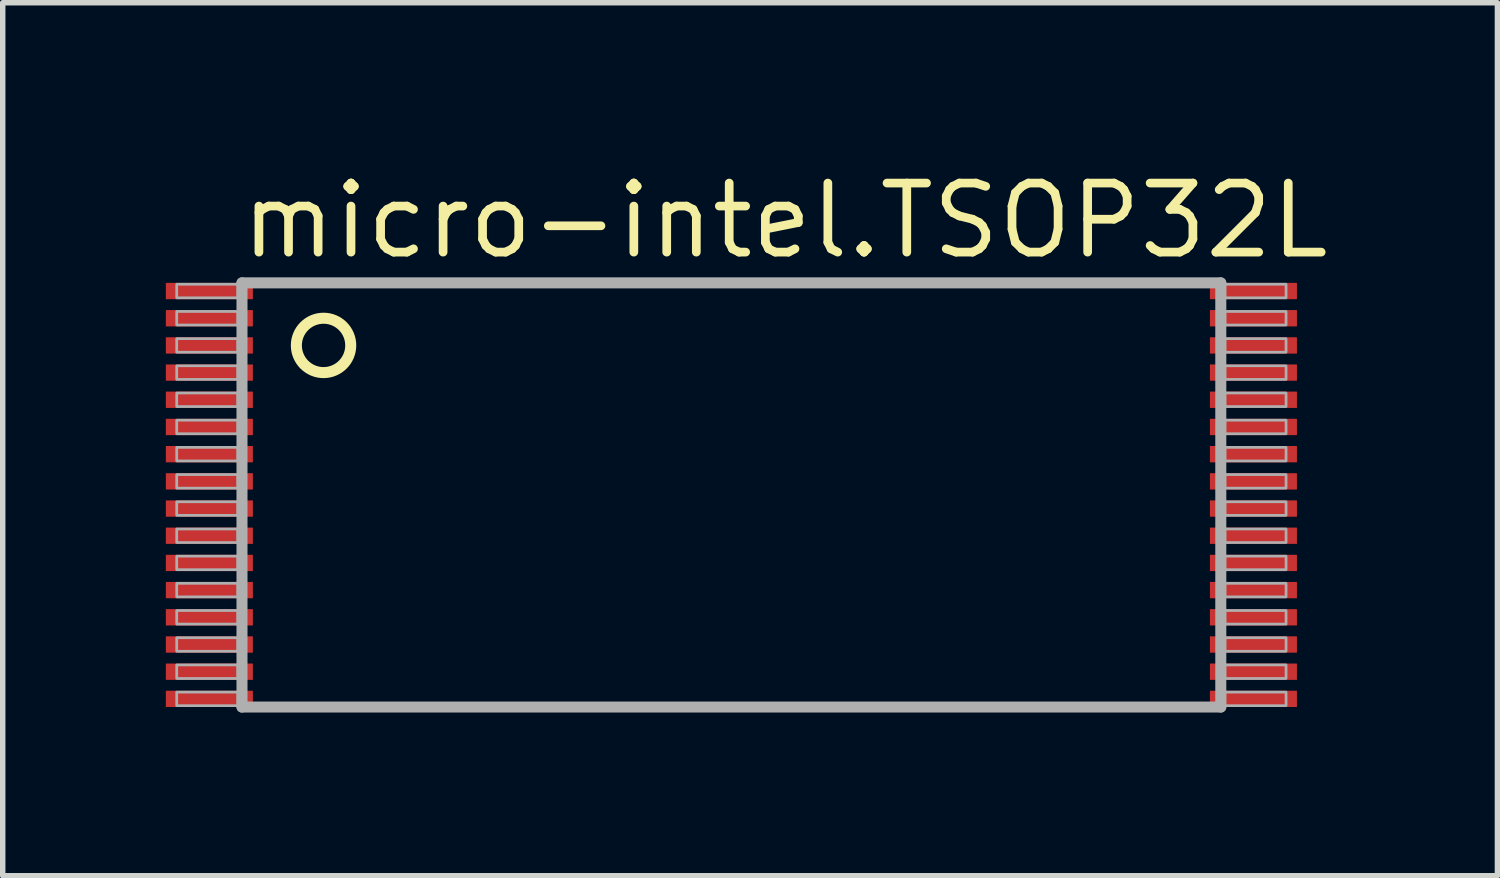
<source format=kicad_pcb>
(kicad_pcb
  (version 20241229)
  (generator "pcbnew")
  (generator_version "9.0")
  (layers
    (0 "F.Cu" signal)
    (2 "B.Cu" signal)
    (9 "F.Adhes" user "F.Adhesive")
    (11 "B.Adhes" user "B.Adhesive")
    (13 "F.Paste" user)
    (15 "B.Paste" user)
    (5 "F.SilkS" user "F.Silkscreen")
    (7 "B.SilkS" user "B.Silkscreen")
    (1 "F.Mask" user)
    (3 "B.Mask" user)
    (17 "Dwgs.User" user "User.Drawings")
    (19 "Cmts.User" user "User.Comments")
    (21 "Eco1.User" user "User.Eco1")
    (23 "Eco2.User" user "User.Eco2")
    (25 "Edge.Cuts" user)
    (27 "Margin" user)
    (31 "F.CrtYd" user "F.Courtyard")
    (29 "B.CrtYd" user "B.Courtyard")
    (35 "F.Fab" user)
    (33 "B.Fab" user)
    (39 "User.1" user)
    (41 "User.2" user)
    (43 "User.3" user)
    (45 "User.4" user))
  (footprint "micro-intel.TSOP32L"
    (layer "F.Cu")
    (at 10.4 6.052)
    (property "Reference" "micro-intel.TSOP32L" (at -9.096 -4.302 0) (layer "F.SilkS") (effects (font (size 1.27 1.27) (thickness 0.16)) (justify left bottom)))
    (attr smd)
    (fp_circle (center -7.5 -2.75) (end -7 -2.75) (stroke (width 0.203) (type default)) (fill no) (layer "F.SilkS"))
    (fp_line (start -9 -3.9) (end -9 3.9) (stroke (width 0.203) (type default)) (layer "F.Fab"))
    (fp_line (start -9 3.9) (end 9 3.9) (stroke (width 0.203) (type default)) (layer "F.Fab"))
    (fp_line (start 9 -3.9) (end -9 -3.9) (stroke (width 0.203) (type default)) (layer "F.Fab"))
    (fp_line (start 9 3.9) (end 9 -3.9) (stroke (width 0.203) (type default)) (layer "F.Fab"))
    (fp_rect (start -10.2 -3.625) (end -9.075 -3.875) (stroke (width 0.05) (type default)) (fill no) (layer "F.Fab"))
    (fp_rect (start -10.2 -3.125) (end -9.075 -3.375) (stroke (width 0.05) (type default)) (fill no) (layer "F.Fab"))
    (fp_rect (start -10.2 -2.625) (end -9.075 -2.875) (stroke (width 0.05) (type default)) (fill no) (layer "F.Fab"))
    (fp_rect (start -10.2 -2.125) (end -9.075 -2.375) (stroke (width 0.05) (type default)) (fill no) (layer "F.Fab"))
    (fp_rect (start -10.2 -1.625) (end -9.075 -1.875) (stroke (width 0.05) (type default)) (fill no) (layer "F.Fab"))
    (fp_rect (start -10.2 -1.125) (end -9.075 -1.375) (stroke (width 0.05) (type default)) (fill no) (layer "F.Fab"))
    (fp_rect (start -10.2 -0.625) (end -9.075 -0.875) (stroke (width 0.05) (type default)) (fill no) (layer "F.Fab"))
    (fp_rect (start -10.2 -0.125) (end -9.075 -0.375) (stroke (width 0.05) (type default)) (fill no) (layer "F.Fab"))
    (fp_rect (start -10.2 0.375) (end -9.075 0.125) (stroke (width 0.05) (type default)) (fill no) (layer "F.Fab"))
    (fp_rect (start -10.2 0.875) (end -9.075 0.625) (stroke (width 0.05) (type default)) (fill no) (layer "F.Fab"))
    (fp_rect (start -10.2 1.375) (end -9.075 1.125) (stroke (width 0.05) (type default)) (fill no) (layer "F.Fab"))
    (fp_rect (start -10.2 1.875) (end -9.075 1.625) (stroke (width 0.05) (type default)) (fill no) (layer "F.Fab"))
    (fp_rect (start -10.2 2.375) (end -9.075 2.125) (stroke (width 0.05) (type default)) (fill no) (layer "F.Fab"))
    (fp_rect (start -10.2 2.875) (end -9.075 2.625) (stroke (width 0.05) (type default)) (fill no) (layer "F.Fab"))
    (fp_rect (start -10.2 3.375) (end -9.075 3.125) (stroke (width 0.05) (type default)) (fill no) (layer "F.Fab"))
    (fp_rect (start -10.2 3.875) (end -9.075 3.625) (stroke (width 0.05) (type default)) (fill no) (layer "F.Fab"))
    (fp_rect (start 9.075 -3.625) (end 10.2 -3.875) (stroke (width 0.05) (type default)) (fill no) (layer "F.Fab"))
    (fp_rect (start 9.075 -3.125) (end 10.2 -3.375) (stroke (width 0.05) (type default)) (fill no) (layer "F.Fab"))
    (fp_rect (start 9.075 -2.625) (end 10.2 -2.875) (stroke (width 0.05) (type default)) (fill no) (layer "F.Fab"))
    (fp_rect (start 9.075 -2.125) (end 10.2 -2.375) (stroke (width 0.05) (type default)) (fill no) (layer "F.Fab"))
    (fp_rect (start 9.075 -1.625) (end 10.2 -1.875) (stroke (width 0.05) (type default)) (fill no) (layer "F.Fab"))
    (fp_rect (start 9.075 -1.125) (end 10.2 -1.375) (stroke (width 0.05) (type default)) (fill no) (layer "F.Fab"))
    (fp_rect (start 9.075 -0.625) (end 10.2 -0.875) (stroke (width 0.05) (type default)) (fill no) (layer "F.Fab"))
    (fp_rect (start 9.075 -0.125) (end 10.2 -0.375) (stroke (width 0.05) (type default)) (fill no) (layer "F.Fab"))
    (fp_rect (start 9.075 0.375) (end 10.2 0.125) (stroke (width 0.05) (type default)) (fill no) (layer "F.Fab"))
    (fp_rect (start 9.075 0.875) (end 10.2 0.625) (stroke (width 0.05) (type default)) (fill no) (layer "F.Fab"))
    (fp_rect (start 9.075 1.375) (end 10.2 1.125) (stroke (width 0.05) (type default)) (fill no) (layer "F.Fab"))
    (fp_rect (start 9.075 1.875) (end 10.2 1.625) (stroke (width 0.05) (type default)) (fill no) (layer "F.Fab"))
    (fp_rect (start 9.075 2.375) (end 10.2 2.125) (stroke (width 0.05) (type default)) (fill no) (layer "F.Fab"))
    (fp_rect (start 9.075 2.875) (end 10.2 2.625) (stroke (width 0.05) (type default)) (fill no) (layer "F.Fab"))
    (fp_rect (start 9.075 3.375) (end 10.2 3.125) (stroke (width 0.05) (type default)) (fill no) (layer "F.Fab"))
    (fp_rect (start 9.075 3.875) (end 10.2 3.625) (stroke (width 0.05) (type default)) (fill no) (layer "F.Fab"))
    (pad "1" smd roundrect (at -9.6 -3.75) (size 1.6 0.3) (layers "F.Cu" "F.Mask" "F.Paste") (roundrect_rratio 0.01))
    (pad "2" smd roundrect (at -9.6 -3.25) (size 1.6 0.3) (layers "F.Cu" "F.Mask" "F.Paste") (roundrect_rratio 0.01))
    (pad "3" smd roundrect (at -9.6 -2.75) (size 1.6 0.3) (layers "F.Cu" "F.Mask" "F.Paste") (roundrect_rratio 0.01))
    (pad "4" smd roundrect (at -9.6 -2.25) (size 1.6 0.3) (layers "F.Cu" "F.Mask" "F.Paste") (roundrect_rratio 0.01))
    (pad "5" smd roundrect (at -9.6 -1.75) (size 1.6 0.3) (layers "F.Cu" "F.Mask" "F.Paste") (roundrect_rratio 0.01))
    (pad "6" smd roundrect (at -9.6 -1.25) (size 1.6 0.3) (layers "F.Cu" "F.Mask" "F.Paste") (roundrect_rratio 0.01))
    (pad "7" smd roundrect (at -9.6 -0.75) (size 1.6 0.3) (layers "F.Cu" "F.Mask" "F.Paste") (roundrect_rratio 0.01))
    (pad "8" smd roundrect (at -9.6 -0.25) (size 1.6 0.3) (layers "F.Cu" "F.Mask" "F.Paste") (roundrect_rratio 0.01))
    (pad "9" smd roundrect (at -9.6 0.25) (size 1.6 0.3) (layers "F.Cu" "F.Mask" "F.Paste") (roundrect_rratio 0.01))
    (pad "10" smd roundrect (at -9.6 0.75) (size 1.6 0.3) (layers "F.Cu" "F.Mask" "F.Paste") (roundrect_rratio 0.01))
    (pad "11" smd roundrect (at -9.6 1.25) (size 1.6 0.3) (layers "F.Cu" "F.Mask" "F.Paste") (roundrect_rratio 0.01))
    (pad "12" smd roundrect (at -9.6 1.75) (size 1.6 0.3) (layers "F.Cu" "F.Mask" "F.Paste") (roundrect_rratio 0.01))
    (pad "13" smd roundrect (at -9.6 2.25) (size 1.6 0.3) (layers "F.Cu" "F.Mask" "F.Paste") (roundrect_rratio 0.01))
    (pad "14" smd roundrect (at -9.6 2.75) (size 1.6 0.3) (layers "F.Cu" "F.Mask" "F.Paste") (roundrect_rratio 0.01))
    (pad "15" smd roundrect (at -9.6 3.25) (size 1.6 0.3) (layers "F.Cu" "F.Mask" "F.Paste") (roundrect_rratio 0.01))
    (pad "16" smd roundrect (at -9.6 3.75) (size 1.6 0.3) (layers "F.Cu" "F.Mask" "F.Paste") (roundrect_rratio 0.01))
    (pad "17" smd roundrect (at 9.6 3.75) (size 1.6 0.3) (layers "F.Cu" "F.Mask" "F.Paste") (roundrect_rratio 0.01))
    (pad "18" smd roundrect (at 9.6 3.25) (size 1.6 0.3) (layers "F.Cu" "F.Mask" "F.Paste") (roundrect_rratio 0.01))
    (pad "19" smd roundrect (at 9.6 2.75) (size 1.6 0.3) (layers "F.Cu" "F.Mask" "F.Paste") (roundrect_rratio 0.01))
    (pad "20" smd roundrect (at 9.6 2.25) (size 1.6 0.3) (layers "F.Cu" "F.Mask" "F.Paste") (roundrect_rratio 0.01))
    (pad "21" smd roundrect (at 9.6 1.75) (size 1.6 0.3) (layers "F.Cu" "F.Mask" "F.Paste") (roundrect_rratio 0.01))
    (pad "22" smd roundrect (at 9.6 1.25) (size 1.6 0.3) (layers "F.Cu" "F.Mask" "F.Paste") (roundrect_rratio 0.01))
    (pad "23" smd roundrect (at 9.6 0.75) (size 1.6 0.3) (layers "F.Cu" "F.Mask" "F.Paste") (roundrect_rratio 0.01))
    (pad "24" smd roundrect (at 9.6 0.25) (size 1.6 0.3) (layers "F.Cu" "F.Mask" "F.Paste") (roundrect_rratio 0.01))
    (pad "25" smd roundrect (at 9.6 -0.25) (size 1.6 0.3) (layers "F.Cu" "F.Mask" "F.Paste") (roundrect_rratio 0.01))
    (pad "26" smd roundrect (at 9.6 -0.75) (size 1.6 0.3) (layers "F.Cu" "F.Mask" "F.Paste") (roundrect_rratio 0.01))
    (pad "27" smd roundrect (at 9.6 -1.25) (size 1.6 0.3) (layers "F.Cu" "F.Mask" "F.Paste") (roundrect_rratio 0.01))
    (pad "28" smd roundrect (at 9.6 -1.75) (size 1.6 0.3) (layers "F.Cu" "F.Mask" "F.Paste") (roundrect_rratio 0.01))
    (pad "29" smd roundrect (at 9.6 -2.25) (size 1.6 0.3) (layers "F.Cu" "F.Mask" "F.Paste") (roundrect_rratio 0.01))
    (pad "30" smd roundrect (at 9.6 -2.75) (size 1.6 0.3) (layers "F.Cu" "F.Mask" "F.Paste") (roundrect_rratio 0.01))
    (pad "31" smd roundrect (at 9.6 -3.25) (size 1.6 0.3) (layers "F.Cu" "F.Mask" "F.Paste") (roundrect_rratio 0.01))
    (pad "32" smd roundrect (at 9.6 -3.75) (size 1.6 0.3) (layers "F.Cu" "F.Mask" "F.Paste") (roundrect_rratio 0.01)))
  (gr_rect
    (start -3 -3)
    (end 24.487 13.054)
    (stroke (width 0.1) (type default))
    (fill no)
    (layer "Edge.Cuts")))
</source>
